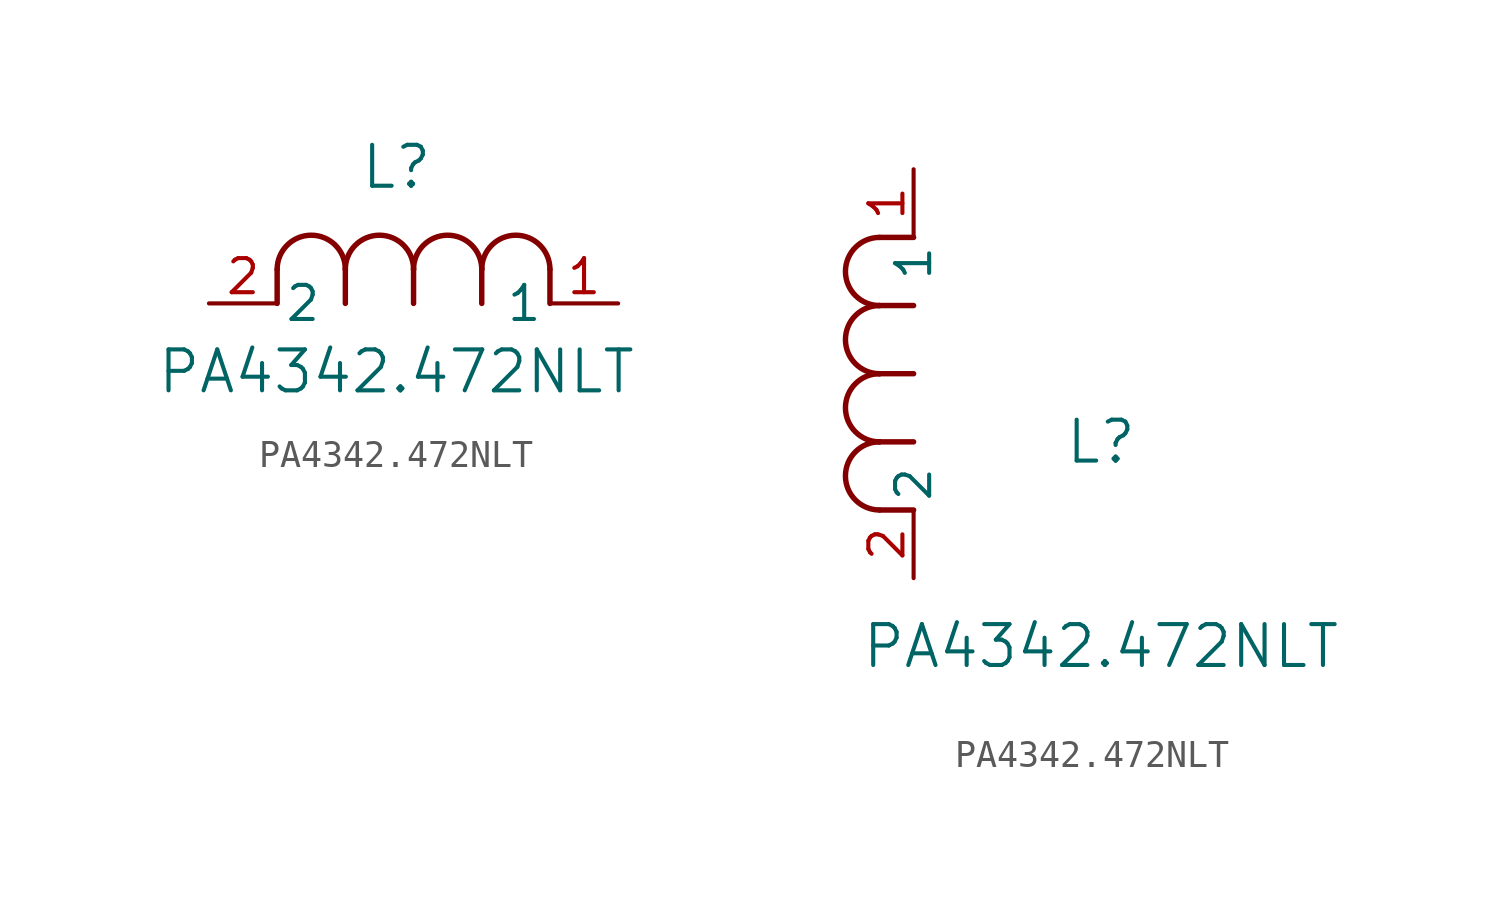
<source format=kicad_sym>
(kicad_symbol_lib
  (version 20211014)
  (generator kicad_symbol_editor)
  (symbol "PA4342.472NLT"
    (pin_names
      (offset 0.254))
    (property "Reference" "L"
      (at 6.985 5.08 0)
      (effects (font (size 1.524 1.524))))
    (property "Value" "PA4342.472NLT"
      (at 6.985 -2.54 0)
      (effects (font (size 1.524 1.524))))
    (symbol "PA4342.472NLT_1_1"
      (arc (start 7.62 1.27) (mid 6.35 2.54) (end 5.08 1.27) (stroke (width 0.2032) (type default) (color 0 0 0 0)) (fill (type none)))
      (polyline (pts (xy 5.08 0) (xy 5.08 1.27)) (stroke (width 0.203) (type default) (color 0 0 0 0)) (fill (type none)))
      (polyline (pts (xy 7.62 0) (xy 7.62 1.27)) (stroke (width 0.203) (type default) (color 0 0 0 0)) (fill (type none)))
      (polyline (pts (xy 12.7 0) (xy 12.7 1.27)) (stroke (width 0.203) (type default) (color 0 0 0 0)) (fill (type none)))
      (arc (start 5.08 1.27) (mid 3.81 2.54) (end 2.54 1.27) (stroke (width 0.2032) (type default) (color 0 0 0 0)) (fill (type none)))
      (arc (start 10.16 1.27) (mid 8.89 2.54) (end 7.62 1.27) (stroke (width 0.2032) (type default) (color 0 0 0 0)) (fill (type none)))
      (arc (start 12.7 1.27) (mid 11.43 2.54) (end 10.16 1.27) (stroke (width 0.2032) (type default) (color 0 0 0 0)) (fill (type none)))
      (polyline (pts (xy 2.54 0) (xy 2.54 1.27)) (stroke (width 0.203) (type default) (color 0 0 0 0)) (fill (type none)))
      (polyline (pts (xy 10.16 0) (xy 10.16 1.27)) (stroke (width 0.203) (type default) (color 0 0 0 0)) (fill (type none)))
      (pin unspecified line (at 0 0 0) (length 2.54) (name "2" (effects (font (size 1.27 1.27)))) (number "2" (effects (font (size 1.27 1.27)))))
      (pin unspecified line (at 15.24 0 180) (length 2.54) (name "1" (effects (font (size 1.27 1.27)))) (number "1" (effects (font (size 1.27 1.27))))))
    (symbol "PA4342.472NLT_1_2"
      (arc (start -1.27 7.62) (mid -2.54 6.35) (end -1.27 5.08) (stroke (width 0.2032) (type default) (color 0 0 0 0)) (fill (type none)))
      (arc (start -1.27 5.08) (mid -2.54 3.81) (end -1.27 2.54) (stroke (width 0.2032) (type default) (color 0 0 0 0)) (fill (type none)))
      (arc (start -1.27 12.7) (mid -2.54 11.43) (end -1.27 10.16) (stroke (width 0.2032) (type default) (color 0 0 0 0)) (fill (type none)))
      (arc (start -1.27 10.16) (mid -2.54 8.89) (end -1.27 7.62) (stroke (width 0.2032) (type default) (color 0 0 0 0)) (fill (type none)))
      (polyline (pts (xy 0 7.62) (xy -1.27 7.62)) (stroke (width 0.203) (type default) (color 0 0 0 0)) (fill (type none)))
      (polyline (pts (xy 0 5.08) (xy -1.27 5.08)) (stroke (width 0.203) (type default) (color 0 0 0 0)) (fill (type none)))
      (polyline (pts (xy 0 12.7) (xy -1.27 12.7)) (stroke (width 0.203) (type default) (color 0 0 0 0)) (fill (type none)))
      (polyline (pts (xy 0 2.54) (xy -1.27 2.54)) (stroke (width 0.203) (type default) (color 0 0 0 0)) (fill (type none)))
      (polyline (pts (xy 0 10.16) (xy -1.27 10.16)) (stroke (width 0.203) (type default) (color 0 0 0 0)) (fill (type none)))
      (pin unspecified line (at 0 0 90) (length 2.54) (name "2" (effects (font (size 1.27 1.27)))) (number "2" (effects (font (size 1.27 1.27)))))
      (pin unspecified line (at 0 15.24 270) (length 2.54) (name "1" (effects (font (size 1.27 1.27)))) (number "1" (effects (font (size 1.27 1.27))))))))
</source>
